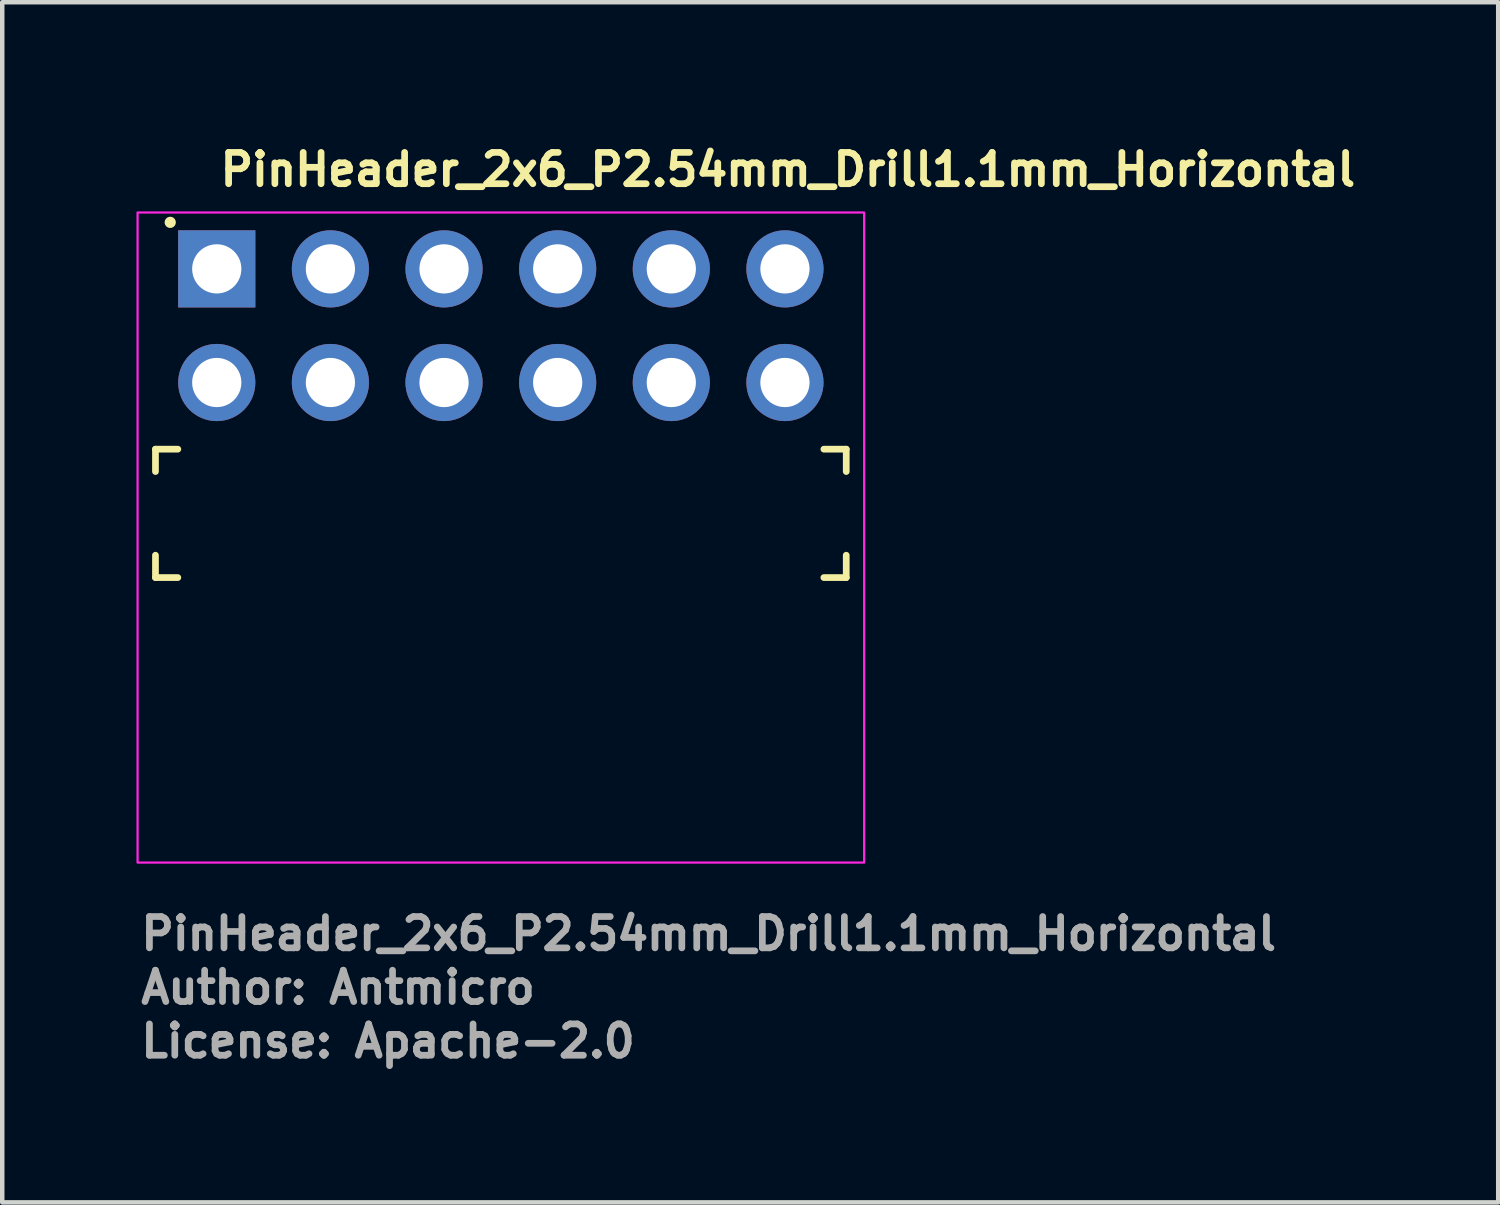
<source format=kicad_pcb>
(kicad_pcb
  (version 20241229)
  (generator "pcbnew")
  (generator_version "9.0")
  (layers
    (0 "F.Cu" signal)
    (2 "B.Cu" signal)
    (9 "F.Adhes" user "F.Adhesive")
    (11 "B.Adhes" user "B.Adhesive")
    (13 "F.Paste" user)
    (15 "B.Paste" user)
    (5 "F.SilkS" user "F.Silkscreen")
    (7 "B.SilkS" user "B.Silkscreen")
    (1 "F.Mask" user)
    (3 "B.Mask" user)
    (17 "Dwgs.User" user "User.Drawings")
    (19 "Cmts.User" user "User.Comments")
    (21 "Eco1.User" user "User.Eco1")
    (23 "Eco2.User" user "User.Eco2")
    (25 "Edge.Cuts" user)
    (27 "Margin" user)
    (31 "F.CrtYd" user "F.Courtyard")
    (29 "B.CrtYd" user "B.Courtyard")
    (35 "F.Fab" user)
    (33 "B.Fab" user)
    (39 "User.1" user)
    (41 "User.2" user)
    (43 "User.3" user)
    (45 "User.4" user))
  (footprint "PinHeader_2x6_P2.54mm_Drill1.1mm_Horizontal"
    (layer "F.Cu")
    (at 1.795 2.96)
    (property "Reference" "PinHeader_2x6_P2.54mm_Drill1.1mm_Horizontal" (at 0 -1.81 180) (layer "F.SilkS") (effects (font (size 0.7 0.7) (thickness 0.15)) (justify left bottom)))
    (attr through_hole)
    (fp_line (start -1.37 4.03) (end -0.87 4.03) (stroke (width 0.15) (type solid)) (layer "F.SilkS"))
    (fp_line (start -1.37 4.53) (end -1.37 4.03) (stroke (width 0.15) (type solid)) (layer "F.SilkS"))
    (fp_line (start -1.37 6.9) (end -1.37 6.4) (stroke (width 0.15) (type solid)) (layer "F.SilkS"))
    (fp_line (start -0.87 6.9) (end -1.37 6.9) (stroke (width 0.15) (type solid)) (layer "F.SilkS"))
    (fp_line (start 13.57 4.03) (end 14.07 4.03) (stroke (width 0.15) (type solid)) (layer "F.SilkS"))
    (fp_line (start 14.07 4.03) (end 14.07 4.53) (stroke (width 0.15) (type solid)) (layer "F.SilkS"))
    (fp_line (start 14.07 6.4) (end 14.07 6.9) (stroke (width 0.15) (type solid)) (layer "F.SilkS"))
    (fp_line (start 14.07 6.9) (end 13.57 6.9) (stroke (width 0.15) (type solid)) (layer "F.SilkS"))
    (fp_circle (center -1.04 -1.04) (end -0.99 -1.04) (stroke (width 0.15) (type solid)) (fill yes) (layer "F.SilkS"))
    (fp_rect (start -1.77 -1.26) (end 14.47 13.27) (stroke (width 0.05) (type solid)) (fill no) (layer "F.CrtYd"))
    (fp_rect (start -1.37 -0.301) (end 14.07 12.874) (stroke (width 0.1) (type solid)) (fill no) (layer "User.5"))
    (fp_line (start -1.37 4.094) (end -1.37 6.834) (stroke (width 0.02) (type solid)) (layer "User.9"))
    (fp_line (start -0.335 -0.301) (end -0.335 -0.298) (stroke (width 0.02) (type solid)) (layer "User.9"))
    (fp_line (start -0.335 -0.298) (end -0.335 -0.286) (stroke (width 0.02) (type solid)) (layer "User.9"))
    (fp_line (start -0.335 -0.286) (end -0.335 -0.268) (stroke (width 0.02) (type solid)) (layer "User.9"))
    (fp_line (start -0.335 -0.268) (end -0.335 -0.242) (stroke (width 0.02) (type solid)) (layer "User.9"))
    (fp_line (start -0.335 -0.242) (end -0.335 -0.209) (stroke (width 0.02) (type solid)) (layer "User.9"))
    (fp_line (start -0.335 -0.209) (end -0.335 -0.17) (stroke (width 0.02) (type solid)) (layer "User.9"))
    (fp_line (start -0.335 -0.17) (end -0.335 -0.125) (stroke (width 0.02) (type solid)) (layer "User.9"))
    (fp_line (start -0.335 -0.125) (end -0.335 -0.074) (stroke (width 0.02) (type solid)) (layer "User.9"))
    (fp_line (start -0.335 -0.074) (end -0.335 -0.019) (stroke (width 0.02) (type solid)) (layer "User.9"))
    (fp_line (start -0.335 -0.019) (end -0.335 0.04) (stroke (width 0.02) (type solid)) (layer "User.9"))
    (fp_line (start -0.335 0.04) (end -0.335 0.102) (stroke (width 0.02) (type solid)) (layer "User.9"))
    (fp_line (start -0.335 0.102) (end -0.335 0.167) (stroke (width 0.02) (type solid)) (layer "User.9"))
    (fp_line (start -0.335 0.167) (end -0.335 0.234) (stroke (width 0.02) (type solid)) (layer "User.9"))
    (fp_line (start -0.335 0.234) (end -0.335 0.302) (stroke (width 0.02) (type solid)) (layer "User.9"))
    (fp_line (start -0.335 0.302) (end -0.335 4.094) (stroke (width 0.02) (type solid)) (layer "User.9"))
    (fp_line (start -0.335 6.834) (end -0.335 12.605) (stroke (width 0.02) (type solid)) (layer "User.9"))
    (fp_line (start -0.335 12.605) (end -0.067 12.874) (stroke (width 0.02) (type solid)) (layer "User.9"))
    (fp_line (start -0.318 6.834) (end -1.37 6.834) (stroke (width 0.02) (type solid)) (layer "User.9"))
    (fp_line (start -0.318 6.834) (end 0 6.198) (stroke (width 0.02) (type solid)) (layer "User.9"))
    (fp_line (start 0.067 12.874) (end -0.067 12.874) (stroke (width 0.02) (type solid)) (layer "User.9"))
    (fp_line (start 0.317 6.834) (end -0.335 6.834) (stroke (width 0.02) (type solid)) (layer "User.9"))
    (fp_line (start 0.317 6.834) (end 0 6.198) (stroke (width 0.02) (type solid)) (layer "User.9"))
    (fp_line (start 0.335 -0.301) (end -0.335 -0.301) (stroke (width 0.02) (type solid)) (layer "User.9"))
    (fp_line (start 0.335 -0.301) (end 0.335 0.302) (stroke (width 0.02) (type solid)) (layer "User.9"))
    (fp_line (start 0.335 -0.298) (end 0.335 -0.286) (stroke (width 0.02) (type solid)) (layer "User.9"))
    (fp_line (start 0.335 -0.286) (end 0.335 -0.268) (stroke (width 0.02) (type solid)) (layer "User.9"))
    (fp_line (start 0.335 -0.268) (end 0.335 -0.242) (stroke (width 0.02) (type solid)) (layer "User.9"))
    (fp_line (start 0.335 -0.242) (end 0.335 -0.209) (stroke (width 0.02) (type solid)) (layer "User.9"))
    (fp_line (start 0.335 -0.209) (end 0.335 -0.17) (stroke (width 0.02) (type solid)) (layer "User.9"))
    (fp_line (start 0.335 -0.17) (end 0.335 -0.125) (stroke (width 0.02) (type solid)) (layer "User.9"))
    (fp_line (start 0.335 -0.125) (end 0.335 -0.074) (stroke (width 0.02) (type solid)) (layer "User.9"))
    (fp_line (start 0.335 -0.074) (end 0.335 -0.019) (stroke (width 0.02) (type solid)) (layer "User.9"))
    (fp_line (start 0.335 -0.019) (end 0.335 0.04) (stroke (width 0.02) (type solid)) (layer "User.9"))
    (fp_line (start 0.335 0.04) (end 0.335 0.102) (stroke (width 0.02) (type solid)) (layer "User.9"))
    (fp_line (start 0.335 0.102) (end 0.335 0.167) (stroke (width 0.02) (type solid)) (layer "User.9"))
    (fp_line (start 0.335 0.167) (end 0.335 0.234) (stroke (width 0.02) (type solid)) (layer "User.9"))
    (fp_line (start 0.335 0.234) (end 0.335 0.302) (stroke (width 0.02) (type solid)) (layer "User.9"))
    (fp_line (start 0.335 0.302) (end -0.335 0.302) (stroke (width 0.02) (type solid)) (layer "User.9"))
    (fp_line (start 0.335 0.302) (end 0.335 4.094) (stroke (width 0.02) (type solid)) (layer "User.9"))
    (fp_line (start 0.335 4.094) (end -0.335 4.094) (stroke (width 0.02) (type solid)) (layer "User.9"))
    (fp_line (start 0.335 6.834) (end 0.335 12.605) (stroke (width 0.02) (type solid)) (layer "User.9"))
    (fp_line (start 0.335 12.605) (end -0.335 12.605) (stroke (width 0.02) (type solid)) (layer "User.9"))
    (fp_line (start 0.335 12.605) (end 0.067 12.874) (stroke (width 0.02) (type solid)) (layer "User.9"))
    (fp_line (start 1.045 4.094) (end -1.37 4.094) (stroke (width 0.02) (type solid)) (layer "User.9"))
    (fp_line (start 1.045 4.094) (end 1.045 6.834) (stroke (width 0.02) (type solid)) (layer "User.9"))
    (fp_line (start 1.045 4.094) (end 1.27 4.318) (stroke (width 0.02) (type solid)) (layer "User.9"))
    (fp_line (start 1.045 6.834) (end 0.335 6.834) (stroke (width 0.02) (type solid)) (layer "User.9"))
    (fp_line (start 1.045 6.834) (end 1.27 6.609) (stroke (width 0.02) (type solid)) (layer "User.9"))
    (fp_line (start 1.27 4.318) (end 1.27 6.609) (stroke (width 0.02) (type solid)) (layer "User.9"))
    (fp_line (start 1.495 4.094) (end 1.27 4.318) (stroke (width 0.02) (type solid)) (layer "User.9"))
    (fp_line (start 1.495 4.094) (end 1.495 6.834) (stroke (width 0.02) (type solid)) (layer "User.9"))
    (fp_line (start 1.495 6.834) (end 1.27 6.609) (stroke (width 0.02) (type solid)) (layer "User.9"))
    (fp_line (start 2.205 -0.301) (end 2.205 -0.298) (stroke (width 0.02) (type solid)) (layer "User.9"))
    (fp_line (start 2.205 -0.298) (end 2.205 -0.286) (stroke (width 0.02) (type solid)) (layer "User.9"))
    (fp_line (start 2.205 -0.286) (end 2.205 -0.268) (stroke (width 0.02) (type solid)) (layer "User.9"))
    (fp_line (start 2.205 -0.268) (end 2.205 -0.242) (stroke (width 0.02) (type solid)) (layer "User.9"))
    (fp_line (start 2.205 -0.242) (end 2.205 -0.209) (stroke (width 0.02) (type solid)) (layer "User.9"))
    (fp_line (start 2.205 -0.209) (end 2.205 -0.17) (stroke (width 0.02) (type solid)) (layer "User.9"))
    (fp_line (start 2.205 -0.17) (end 2.205 -0.125) (stroke (width 0.02) (type solid)) (layer "User.9"))
    (fp_line (start 2.205 -0.125) (end 2.205 -0.074) (stroke (width 0.02) (type solid)) (layer "User.9"))
    (fp_line (start 2.205 -0.074) (end 2.205 -0.019) (stroke (width 0.02) (type solid)) (layer "User.9"))
    (fp_line (start 2.205 -0.019) (end 2.205 0.04) (stroke (width 0.02) (type solid)) (layer "User.9"))
    (fp_line (start 2.205 0.04) (end 2.205 0.102) (stroke (width 0.02) (type solid)) (layer "User.9"))
    (fp_line (start 2.205 0.102) (end 2.205 0.167) (stroke (width 0.02) (type solid)) (layer "User.9"))
    (fp_line (start 2.205 0.167) (end 2.205 0.234) (stroke (width 0.02) (type solid)) (layer "User.9"))
    (fp_line (start 2.205 0.234) (end 2.205 0.302) (stroke (width 0.02) (type solid)) (layer "User.9"))
    (fp_line (start 2.205 0.302) (end 2.205 4.094) (stroke (width 0.02) (type solid)) (layer "User.9"))
    (fp_line (start 2.205 4.094) (end 1.495 4.094) (stroke (width 0.02) (type solid)) (layer "User.9"))
    (fp_line (start 2.205 6.834) (end 2.205 12.605) (stroke (width 0.02) (type solid)) (layer "User.9"))
    (fp_line (start 2.205 12.605) (end 2.473 12.874) (stroke (width 0.02) (type solid)) (layer "User.9"))
    (fp_line (start 2.607 12.874) (end 2.473 12.874) (stroke (width 0.02) (type solid)) (layer "User.9"))
    (fp_line (start 2.875 -0.301) (end 2.205 -0.301) (stroke (width 0.02) (type solid)) (layer "User.9"))
    (fp_line (start 2.875 -0.301) (end 2.875 -0.298) (stroke (width 0.02) (type solid)) (layer "User.9"))
    (fp_line (start 2.875 -0.298) (end 2.875 -0.286) (stroke (width 0.02) (type solid)) (layer "User.9"))
    (fp_line (start 2.875 -0.286) (end 2.875 -0.268) (stroke (width 0.02) (type solid)) (layer "User.9"))
    (fp_line (start 2.875 -0.268) (end 2.875 -0.242) (stroke (width 0.02) (type solid)) (layer "User.9"))
    (fp_line (start 2.875 -0.242) (end 2.875 -0.209) (stroke (width 0.02) (type solid)) (layer "User.9"))
    (fp_line (start 2.875 -0.209) (end 2.875 -0.17) (stroke (width 0.02) (type solid)) (layer "User.9"))
    (fp_line (start 2.875 -0.17) (end 2.875 -0.125) (stroke (width 0.02) (type solid)) (layer "User.9"))
    (fp_line (start 2.875 -0.125) (end 2.875 -0.074) (stroke (width 0.02) (type solid)) (layer "User.9"))
    (fp_line (start 2.875 -0.074) (end 2.875 -0.019) (stroke (width 0.02) (type solid)) (layer "User.9"))
    (fp_line (start 2.875 -0.019) (end 2.875 0.04) (stroke (width 0.02) (type solid)) (layer "User.9"))
    (fp_line (start 2.875 0.04) (end 2.875 0.102) (stroke (width 0.02) (type solid)) (layer "User.9"))
    (fp_line (start 2.875 0.102) (end 2.875 0.167) (stroke (width 0.02) (type solid)) (layer "User.9"))
    (fp_line (start 2.875 0.167) (end 2.875 0.234) (stroke (width 0.02) (type solid)) (layer "User.9"))
    (fp_line (start 2.875 0.234) (end 2.875 0.302) (stroke (width 0.02) (type solid)) (layer "User.9"))
    (fp_line (start 2.875 0.302) (end 2.205 0.302) (stroke (width 0.02) (type solid)) (layer "User.9"))
    (fp_line (start 2.875 0.302) (end 2.875 4.094) (stroke (width 0.02) (type solid)) (layer "User.9"))
    (fp_line (start 2.875 6.834) (end 2.205 6.834) (stroke (width 0.02) (type solid)) (layer "User.9"))
    (fp_line (start 2.875 6.834) (end 2.875 12.605) (stroke (width 0.02) (type solid)) (layer "User.9"))
    (fp_line (start 2.875 12.605) (end 2.205 12.605) (stroke (width 0.02) (type solid)) (layer "User.9"))
    (fp_line (start 2.875 12.605) (end 2.607 12.874) (stroke (width 0.02) (type solid)) (layer "User.9"))
    (fp_line (start 3.585 4.094) (end 1.495 4.094) (stroke (width 0.02) (type solid)) (layer "User.9"))
    (fp_line (start 3.585 4.094) (end 3.585 6.834) (stroke (width 0.02) (type solid)) (layer "User.9"))
    (fp_line (start 3.585 4.094) (end 3.81 4.318) (stroke (width 0.02) (type solid)) (layer "User.9"))
    (fp_line (start 3.585 6.834) (end 1.495 6.834) (stroke (width 0.02) (type solid)) (layer "User.9"))
    (fp_line (start 3.585 6.834) (end 3.81 6.609) (stroke (width 0.02) (type solid)) (layer "User.9"))
    (fp_line (start 3.81 4.318) (end 3.81 6.609) (stroke (width 0.02) (type solid)) (layer "User.9"))
    (fp_line (start 4.035 4.094) (end 3.81 4.318) (stroke (width 0.02) (type solid)) (layer "User.9"))
    (fp_line (start 4.035 4.094) (end 4.035 6.834) (stroke (width 0.02) (type solid)) (layer "User.9"))
    (fp_line (start 4.035 6.834) (end 3.81 6.609) (stroke (width 0.02) (type solid)) (layer "User.9"))
    (fp_line (start 4.745 -0.301) (end 4.745 -0.298) (stroke (width 0.02) (type solid)) (layer "User.9"))
    (fp_line (start 4.745 -0.298) (end 4.745 -0.286) (stroke (width 0.02) (type solid)) (layer "User.9"))
    (fp_line (start 4.745 -0.286) (end 4.745 -0.268) (stroke (width 0.02) (type solid)) (layer "User.9"))
    (fp_line (start 4.745 -0.268) (end 4.745 -0.242) (stroke (width 0.02) (type solid)) (layer "User.9"))
    (fp_line (start 4.745 -0.242) (end 4.745 -0.209) (stroke (width 0.02) (type solid)) (layer "User.9"))
    (fp_line (start 4.745 -0.209) (end 4.745 -0.17) (stroke (width 0.02) (type solid)) (layer "User.9"))
    (fp_line (start 4.745 -0.17) (end 4.745 -0.125) (stroke (width 0.02) (type solid)) (layer "User.9"))
    (fp_line (start 4.745 -0.125) (end 4.745 -0.074) (stroke (width 0.02) (type solid)) (layer "User.9"))
    (fp_line (start 4.745 -0.074) (end 4.745 -0.019) (stroke (width 0.02) (type solid)) (layer "User.9"))
    (fp_line (start 4.745 -0.019) (end 4.745 0.04) (stroke (width 0.02) (type solid)) (layer "User.9"))
    (fp_line (start 4.745 0.04) (end 4.745 0.102) (stroke (width 0.02) (type solid)) (layer "User.9"))
    (fp_line (start 4.745 0.102) (end 4.745 0.167) (stroke (width 0.02) (type solid)) (layer "User.9"))
    (fp_line (start 4.745 0.167) (end 4.745 0.234) (stroke (width 0.02) (type solid)) (layer "User.9"))
    (fp_line (start 4.745 0.234) (end 4.745 0.302) (stroke (width 0.02) (type solid)) (layer "User.9"))
    (fp_line (start 4.745 0.302) (end 4.745 4.094) (stroke (width 0.02) (type solid)) (layer "User.9"))
    (fp_line (start 4.745 6.834) (end 4.035 6.834) (stroke (width 0.02) (type solid)) (layer "User.9"))
    (fp_line (start 4.745 6.834) (end 4.745 12.605) (stroke (width 0.02) (type solid)) (layer "User.9"))
    (fp_line (start 4.745 12.605) (end 5.013 12.874) (stroke (width 0.02) (type solid)) (layer "User.9"))
    (fp_line (start 5.147 12.874) (end 5.013 12.874) (stroke (width 0.02) (type solid)) (layer "User.9"))
    (fp_line (start 5.415 -0.301) (end 4.745 -0.301) (stroke (width 0.02) (type solid)) (layer "User.9"))
    (fp_line (start 5.415 -0.301) (end 5.415 0.302) (stroke (width 0.02) (type solid)) (layer "User.9"))
    (fp_line (start 5.415 -0.298) (end 5.415 -0.286) (stroke (width 0.02) (type solid)) (layer "User.9"))
    (fp_line (start 5.415 -0.286) (end 5.415 -0.268) (stroke (width 0.02) (type solid)) (layer "User.9"))
    (fp_line (start 5.415 -0.268) (end 5.415 -0.242) (stroke (width 0.02) (type solid)) (layer "User.9"))
    (fp_line (start 5.415 -0.242) (end 5.415 -0.209) (stroke (width 0.02) (type solid)) (layer "User.9"))
    (fp_line (start 5.415 -0.209) (end 5.415 -0.17) (stroke (width 0.02) (type solid)) (layer "User.9"))
    (fp_line (start 5.415 -0.17) (end 5.415 -0.125) (stroke (width 0.02) (type solid)) (layer "User.9"))
    (fp_line (start 5.415 -0.125) (end 5.415 -0.074) (stroke (width 0.02) (type solid)) (layer "User.9"))
    (fp_line (start 5.415 -0.074) (end 5.415 -0.019) (stroke (width 0.02) (type solid)) (layer "User.9"))
    (fp_line (start 5.415 -0.019) (end 5.415 0.04) (stroke (width 0.02) (type solid)) (layer "User.9"))
    (fp_line (start 5.415 0.04) (end 5.415 0.102) (stroke (width 0.02) (type solid)) (layer "User.9"))
    (fp_line (start 5.415 0.102) (end 5.415 0.167) (stroke (width 0.02) (type solid)) (layer "User.9"))
    (fp_line (start 5.415 0.167) (end 5.415 0.234) (stroke (width 0.02) (type solid)) (layer "User.9"))
    (fp_line (start 5.415 0.234) (end 5.415 0.302) (stroke (width 0.02) (type solid)) (layer "User.9"))
    (fp_line (start 5.415 0.302) (end 4.745 0.302) (stroke (width 0.02) (type solid)) (layer "User.9"))
    (fp_line (start 5.415 0.302) (end 5.415 4.094) (stroke (width 0.02) (type solid)) (layer "User.9"))
    (fp_line (start 5.415 4.094) (end 4.745 4.094) (stroke (width 0.02) (type solid)) (layer "User.9"))
    (fp_line (start 5.415 6.834) (end 5.415 12.605) (stroke (width 0.02) (type solid)) (layer "User.9"))
    (fp_line (start 5.415 12.605) (end 4.745 12.605) (stroke (width 0.02) (type solid)) (layer "User.9"))
    (fp_line (start 5.415 12.605) (end 5.147 12.874) (stroke (width 0.02) (type solid)) (layer "User.9"))
    (fp_line (start 6.125 4.094) (end 4.035 4.094) (stroke (width 0.02) (type solid)) (layer "User.9"))
    (fp_line (start 6.125 4.094) (end 6.125 6.834) (stroke (width 0.02) (type solid)) (layer "User.9"))
    (fp_line (start 6.125 4.094) (end 6.35 4.318) (stroke (width 0.02) (type solid)) (layer "User.9"))
    (fp_line (start 6.125 6.834) (end 4.035 6.834) (stroke (width 0.02) (type solid)) (layer "User.9"))
    (fp_line (start 6.125 6.834) (end 6.35 6.609) (stroke (width 0.02) (type solid)) (layer "User.9"))
    (fp_line (start 6.35 4.318) (end 6.35 6.609) (stroke (width 0.02) (type solid)) (layer "User.9"))
    (fp_line (start 6.575 4.094) (end 6.35 4.318) (stroke (width 0.02) (type solid)) (layer "User.9"))
    (fp_line (start 6.575 4.094) (end 6.575 6.834) (stroke (width 0.02) (type solid)) (layer "User.9"))
    (fp_line (start 6.575 6.834) (end 6.35 6.609) (stroke (width 0.02) (type solid)) (layer "User.9"))
    (fp_line (start 7.285 -0.301) (end 7.285 -0.298) (stroke (width 0.02) (type solid)) (layer "User.9"))
    (fp_line (start 7.285 -0.298) (end 7.285 -0.286) (stroke (width 0.02) (type solid)) (layer "User.9"))
    (fp_line (start 7.285 -0.286) (end 7.285 -0.268) (stroke (width 0.02) (type solid)) (layer "User.9"))
    (fp_line (start 7.285 -0.268) (end 7.285 -0.242) (stroke (width 0.02) (type solid)) (layer "User.9"))
    (fp_line (start 7.285 -0.242) (end 7.285 -0.209) (stroke (width 0.02) (type solid)) (layer "User.9"))
    (fp_line (start 7.285 -0.209) (end 7.285 -0.17) (stroke (width 0.02) (type solid)) (layer "User.9"))
    (fp_line (start 7.285 -0.17) (end 7.285 -0.125) (stroke (width 0.02) (type solid)) (layer "User.9"))
    (fp_line (start 7.285 -0.125) (end 7.285 -0.074) (stroke (width 0.02) (type solid)) (layer "User.9"))
    (fp_line (start 7.285 -0.074) (end 7.285 -0.019) (stroke (width 0.02) (type solid)) (layer "User.9"))
    (fp_line (start 7.285 -0.019) (end 7.285 0.04) (stroke (width 0.02) (type solid)) (layer "User.9"))
    (fp_line (start 7.285 0.04) (end 7.285 0.102) (stroke (width 0.02) (type solid)) (layer "User.9"))
    (fp_line (start 7.285 0.102) (end 7.285 0.167) (stroke (width 0.02) (type solid)) (layer "User.9"))
    (fp_line (start 7.285 0.167) (end 7.285 0.234) (stroke (width 0.02) (type solid)) (layer "User.9"))
    (fp_line (start 7.285 0.234) (end 7.285 0.302) (stroke (width 0.02) (type solid)) (layer "User.9"))
    (fp_line (start 7.285 0.302) (end 7.285 4.094) (stroke (width 0.02) (type solid)) (layer "User.9"))
    (fp_line (start 7.285 4.094) (end 6.575 4.094) (stroke (width 0.02) (type solid)) (layer "User.9"))
    (fp_line (start 7.285 6.834) (end 7.285 12.605) (stroke (width 0.02) (type solid)) (layer "User.9"))
    (fp_line (start 7.285 12.605) (end 7.553 12.874) (stroke (width 0.02) (type solid)) (layer "User.9"))
    (fp_line (start 7.687 12.874) (end 7.553 12.874) (stroke (width 0.02) (type solid)) (layer "User.9"))
    (fp_line (start 7.955 -0.301) (end 7.285 -0.301) (stroke (width 0.02) (type solid)) (layer "User.9"))
    (fp_line (start 7.955 -0.301) (end 7.955 -0.298) (stroke (width 0.02) (type solid)) (layer "User.9"))
    (fp_line (start 7.955 -0.298) (end 7.955 -0.286) (stroke (width 0.02) (type solid)) (layer "User.9"))
    (fp_line (start 7.955 -0.286) (end 7.955 -0.268) (stroke (width 0.02) (type solid)) (layer "User.9"))
    (fp_line (start 7.955 -0.268) (end 7.955 -0.242) (stroke (width 0.02) (type solid)) (layer "User.9"))
    (fp_line (start 7.955 -0.242) (end 7.955 -0.209) (stroke (width 0.02) (type solid)) (layer "User.9"))
    (fp_line (start 7.955 -0.209) (end 7.955 -0.17) (stroke (width 0.02) (type solid)) (layer "User.9"))
    (fp_line (start 7.955 -0.17) (end 7.955 -0.125) (stroke (width 0.02) (type solid)) (layer "User.9"))
    (fp_line (start 7.955 -0.125) (end 7.955 -0.074) (stroke (width 0.02) (type solid)) (layer "User.9"))
    (fp_line (start 7.955 -0.074) (end 7.955 -0.019) (stroke (width 0.02) (type solid)) (layer "User.9"))
    (fp_line (start 7.955 -0.019) (end 7.955 0.04) (stroke (width 0.02) (type solid)) (layer "User.9"))
    (fp_line (start 7.955 0.04) (end 7.955 0.102) (stroke (width 0.02) (type solid)) (layer "User.9"))
    (fp_line (start 7.955 0.102) (end 7.955 0.167) (stroke (width 0.02) (type solid)) (layer "User.9"))
    (fp_line (start 7.955 0.167) (end 7.955 0.234) (stroke (width 0.02) (type solid)) (layer "User.9"))
    (fp_line (start 7.955 0.234) (end 7.955 0.302) (stroke (width 0.02) (type solid)) (layer "User.9"))
    (fp_line (start 7.955 0.302) (end 7.285 0.302) (stroke (width 0.02) (type solid)) (layer "User.9"))
    (fp_line (start 7.955 0.302) (end 7.955 4.094) (stroke (width 0.02) (type solid)) (layer "User.9"))
    (fp_line (start 7.955 6.834) (end 7.285 6.834) (stroke (width 0.02) (type solid)) (layer "User.9"))
    (fp_line (start 7.955 6.834) (end 7.955 12.605) (stroke (width 0.02) (type solid)) (layer "User.9"))
    (fp_line (start 7.955 12.605) (end 7.285 12.605) (stroke (width 0.02) (type solid)) (layer "User.9"))
    (fp_line (start 7.955 12.605) (end 7.687 12.874) (stroke (width 0.02) (type solid)) (layer "User.9"))
    (fp_line (start 8.665 4.094) (end 6.575 4.094) (stroke (width 0.02) (type solid)) (layer "User.9"))
    (fp_line (start 8.665 4.094) (end 8.665 6.834) (stroke (width 0.02) (type solid)) (layer "User.9"))
    (fp_line (start 8.665 4.094) (end 8.89 4.318) (stroke (width 0.02) (type solid)) (layer "User.9"))
    (fp_line (start 8.665 6.834) (end 6.575 6.834) (stroke (width 0.02) (type solid)) (layer "User.9"))
    (fp_line (start 8.665 6.834) (end 8.89 6.609) (stroke (width 0.02) (type solid)) (layer "User.9"))
    (fp_line (start 8.89 4.318) (end 8.89 6.609) (stroke (width 0.02) (type solid)) (layer "User.9"))
    (fp_line (start 9.115 4.094) (end 8.89 4.318) (stroke (width 0.02) (type solid)) (layer "User.9"))
    (fp_line (start 9.115 4.094) (end 9.115 6.834) (stroke (width 0.02) (type solid)) (layer "User.9"))
    (fp_line (start 9.115 6.834) (end 8.89 6.609) (stroke (width 0.02) (type solid)) (layer "User.9"))
    (fp_line (start 9.825 -0.301) (end 9.825 -0.298) (stroke (width 0.02) (type solid)) (layer "User.9"))
    (fp_line (start 9.825 -0.298) (end 9.825 -0.286) (stroke (width 0.02) (type solid)) (layer "User.9"))
    (fp_line (start 9.825 -0.286) (end 9.825 -0.268) (stroke (width 0.02) (type solid)) (layer "User.9"))
    (fp_line (start 9.825 -0.268) (end 9.825 -0.242) (stroke (width 0.02) (type solid)) (layer "User.9"))
    (fp_line (start 9.825 -0.242) (end 9.825 -0.209) (stroke (width 0.02) (type solid)) (layer "User.9"))
    (fp_line (start 9.825 -0.209) (end 9.825 -0.17) (stroke (width 0.02) (type solid)) (layer "User.9"))
    (fp_line (start 9.825 -0.17) (end 9.825 -0.125) (stroke (width 0.02) (type solid)) (layer "User.9"))
    (fp_line (start 9.825 -0.125) (end 9.825 -0.074) (stroke (width 0.02) (type solid)) (layer "User.9"))
    (fp_line (start 9.825 -0.074) (end 9.825 -0.019) (stroke (width 0.02) (type solid)) (layer "User.9"))
    (fp_line (start 9.825 -0.019) (end 9.825 0.04) (stroke (width 0.02) (type solid)) (layer "User.9"))
    (fp_line (start 9.825 0.04) (end 9.825 0.102) (stroke (width 0.02) (type solid)) (layer "User.9"))
    (fp_line (start 9.825 0.102) (end 9.825 0.167) (stroke (width 0.02) (type solid)) (layer "User.9"))
    (fp_line (start 9.825 0.167) (end 9.825 0.234) (stroke (width 0.02) (type solid)) (layer "User.9"))
    (fp_line (start 9.825 0.234) (end 9.825 0.302) (stroke (width 0.02) (type solid)) (layer "User.9"))
    (fp_line (start 9.825 0.302) (end 9.825 4.094) (stroke (width 0.02) (type solid)) (layer "User.9"))
    (fp_line (start 9.825 6.834) (end 9.115 6.834) (stroke (width 0.02) (type solid)) (layer "User.9"))
    (fp_line (start 9.825 6.834) (end 9.825 12.605) (stroke (width 0.02) (type solid)) (layer "User.9"))
    (fp_line (start 9.825 12.605) (end 10.093 12.874) (stroke (width 0.02) (type solid)) (layer "User.9"))
    (fp_line (start 10.227 12.874) (end 10.093 12.874) (stroke (width 0.02) (type solid)) (layer "User.9"))
    (fp_line (start 10.495 -0.301) (end 9.825 -0.301) (stroke (width 0.02) (type solid)) (layer "User.9"))
    (fp_line (start 10.495 -0.301) (end 10.495 -0.298) (stroke (width 0.02) (type solid)) (layer "User.9"))
    (fp_line (start 10.495 -0.298) (end 10.495 -0.286) (stroke (width 0.02) (type solid)) (layer "User.9"))
    (fp_line (start 10.495 -0.286) (end 10.495 -0.268) (stroke (width 0.02) (type solid)) (layer "User.9"))
    (fp_line (start 10.495 -0.268) (end 10.495 -0.242) (stroke (width 0.02) (type solid)) (layer "User.9"))
    (fp_line (start 10.495 -0.242) (end 10.495 -0.209) (stroke (width 0.02) (type solid)) (layer "User.9"))
    (fp_line (start 10.495 -0.209) (end 10.495 -0.17) (stroke (width 0.02) (type solid)) (layer "User.9"))
    (fp_line (start 10.495 -0.17) (end 10.495 -0.125) (stroke (width 0.02) (type solid)) (layer "User.9"))
    (fp_line (start 10.495 -0.125) (end 10.495 -0.074) (stroke (width 0.02) (type solid)) (layer "User.9"))
    (fp_line (start 10.495 -0.074) (end 10.495 -0.019) (stroke (width 0.02) (type solid)) (layer "User.9"))
    (fp_line (start 10.495 -0.019) (end 10.495 0.04) (stroke (width 0.02) (type solid)) (layer "User.9"))
    (fp_line (start 10.495 0.04) (end 10.495 0.102) (stroke (width 0.02) (type solid)) (layer "User.9"))
    (fp_line (start 10.495 0.102) (end 10.495 0.167) (stroke (width 0.02) (type solid)) (layer "User.9"))
    (fp_line (start 10.495 0.167) (end 10.495 0.234) (stroke (width 0.02) (type solid)) (layer "User.9"))
    (fp_line (start 10.495 0.234) (end 10.495 0.302) (stroke (width 0.02) (type solid)) (layer "User.9"))
    (fp_line (start 10.495 0.302) (end 9.825 0.302) (stroke (width 0.02) (type solid)) (layer "User.9"))
    (fp_line (start 10.495 0.302) (end 10.495 4.094) (stroke (width 0.02) (type solid)) (layer "User.9"))
    (fp_line (start 10.495 6.834) (end 10.495 12.605) (stroke (width 0.02) (type solid)) (layer "User.9"))
    (fp_line (start 10.495 12.605) (end 9.825 12.605) (stroke (width 0.02) (type solid)) (layer "User.9"))
    (fp_line (start 10.495 12.605) (end 10.227 12.874) (stroke (width 0.02) (type solid)) (layer "User.9"))
    (fp_line (start 11.205 4.094) (end 9.115 4.094) (stroke (width 0.02) (type solid)) (layer "User.9"))
    (fp_line (start 11.205 4.094) (end 10.495 4.094) (stroke (width 0.02) (type solid)) (layer "User.9"))
    (fp_line (start 11.205 4.094) (end 11.205 6.834) (stroke (width 0.02) (type solid)) (layer "User.9"))
    (fp_line (start 11.205 4.094) (end 11.43 4.318) (stroke (width 0.02) (type solid)) (layer "User.9"))
    (fp_line (start 11.205 6.834) (end 9.115 6.834) (stroke (width 0.02) (type solid)) (layer "User.9"))
    (fp_line (start 11.205 6.834) (end 11.43 6.609) (stroke (width 0.02) (type solid)) (layer "User.9"))
    (fp_line (start 11.43 4.318) (end 11.43 6.609) (stroke (width 0.02) (type solid)) (layer "User.9"))
    (fp_line (start 11.655 4.094) (end 11.43 4.318) (stroke (width 0.02) (type solid)) (layer "User.9"))
    (fp_line (start 11.655 4.094) (end 11.43 4.318) (stroke (width 0.02) (type solid)) (layer "User.9"))
    (fp_line (start 11.655 4.094) (end 11.655 6.834) (stroke (width 0.02) (type solid)) (layer "User.9"))
    (fp_line (start 11.655 6.834) (end 11.43 6.609) (stroke (width 0.02) (type solid)) (layer "User.9"))
    (fp_line (start 12.365 -0.301) (end 12.365 -0.298) (stroke (width 0.02) (type solid)) (layer "User.9"))
    (fp_line (start 12.365 -0.298) (end 12.365 -0.286) (stroke (width 0.02) (type solid)) (layer "User.9"))
    (fp_line (start 12.365 -0.286) (end 12.365 -0.268) (stroke (width 0.02) (type solid)) (layer "User.9"))
    (fp_line (start 12.365 -0.268) (end 12.365 -0.242) (stroke (width 0.02) (type solid)) (layer "User.9"))
    (fp_line (start 12.365 -0.242) (end 12.365 -0.209) (stroke (width 0.02) (type solid)) (layer "User.9"))
    (fp_line (start 12.365 -0.209) (end 12.365 -0.17) (stroke (width 0.02) (type solid)) (layer "User.9"))
    (fp_line (start 12.365 -0.17) (end 12.365 -0.125) (stroke (width 0.02) (type solid)) (layer "User.9"))
    (fp_line (start 12.365 -0.125) (end 12.365 -0.074) (stroke (width 0.02) (type solid)) (layer "User.9"))
    (fp_line (start 12.365 -0.074) (end 12.365 -0.019) (stroke (width 0.02) (type solid)) (layer "User.9"))
    (fp_line (start 12.365 -0.019) (end 12.365 0.04) (stroke (width 0.02) (type solid)) (layer "User.9"))
    (fp_line (start 12.365 0.04) (end 12.365 0.102) (stroke (width 0.02) (type solid)) (layer "User.9"))
    (fp_line (start 12.365 0.102) (end 12.365 0.167) (stroke (width 0.02) (type solid)) (layer "User.9"))
    (fp_line (start 12.365 0.167) (end 12.365 0.234) (stroke (width 0.02) (type solid)) (layer "User.9"))
    (fp_line (start 12.365 0.234) (end 12.365 0.302) (stroke (width 0.02) (type solid)) (layer "User.9"))
    (fp_line (start 12.365 0.302) (end 12.365 4.094) (stroke (width 0.02) (type solid)) (layer "User.9"))
    (fp_line (start 12.365 6.834) (end 12.365 12.605) (stroke (width 0.02) (type solid)) (layer "User.9"))
    (fp_line (start 12.365 12.605) (end 12.633 12.874) (stroke (width 0.02) (type solid)) (layer "User.9"))
    (fp_line (start 12.767 12.874) (end 12.633 12.874) (stroke (width 0.02) (type solid)) (layer "User.9"))
    (fp_line (start 13.035 -0.301) (end 12.365 -0.301) (stroke (width 0.02) (type solid)) (layer "User.9"))
    (fp_line (start 13.035 -0.301) (end 13.035 0.302) (stroke (width 0.02) (type solid)) (layer "User.9"))
    (fp_line (start 13.035 -0.298) (end 13.035 -0.286) (stroke (width 0.02) (type solid)) (layer "User.9"))
    (fp_line (start 13.035 -0.286) (end 13.035 -0.268) (stroke (width 0.02) (type solid)) (layer "User.9"))
    (fp_line (start 13.035 -0.268) (end 13.035 -0.242) (stroke (width 0.02) (type solid)) (layer "User.9"))
    (fp_line (start 13.035 -0.242) (end 13.035 -0.209) (stroke (width 0.02) (type solid)) (layer "User.9"))
    (fp_line (start 13.035 -0.209) (end 13.035 -0.17) (stroke (width 0.02) (type solid)) (layer "User.9"))
    (fp_line (start 13.035 -0.17) (end 13.035 -0.125) (stroke (width 0.02) (type solid)) (layer "User.9"))
    (fp_line (start 13.035 -0.125) (end 13.035 -0.074) (stroke (width 0.02) (type solid)) (layer "User.9"))
    (fp_line (start 13.035 -0.074) (end 13.035 -0.019) (stroke (width 0.02) (type solid)) (layer "User.9"))
    (fp_line (start 13.035 -0.019) (end 13.035 0.04) (stroke (width 0.02) (type solid)) (layer "User.9"))
    (fp_line (start 13.035 0.04) (end 13.035 0.102) (stroke (width 0.02) (type solid)) (layer "User.9"))
    (fp_line (start 13.035 0.102) (end 13.035 0.167) (stroke (width 0.02) (type solid)) (layer "User.9"))
    (fp_line (start 13.035 0.167) (end 13.035 0.234) (stroke (width 0.02) (type solid)) (layer "User.9"))
    (fp_line (start 13.035 0.234) (end 13.035 0.302) (stroke (width 0.02) (type solid)) (layer "User.9"))
    (fp_line (start 13.035 0.302) (end 12.365 0.302) (stroke (width 0.02) (type solid)) (layer "User.9"))
    (fp_line (start 13.035 0.302) (end 13.035 4.094) (stroke (width 0.02) (type solid)) (layer "User.9"))
    (fp_line (start 13.035 4.094) (end 12.365 4.094) (stroke (width 0.02) (type solid)) (layer "User.9"))
    (fp_line (start 13.035 6.834) (end 12.365 6.834) (stroke (width 0.02) (type solid)) (layer "User.9"))
    (fp_line (start 13.035 6.834) (end 13.035 12.605) (stroke (width 0.02) (type solid)) (layer "User.9"))
    (fp_line (start 13.035 12.605) (end 12.365 12.605) (stroke (width 0.02) (type solid)) (layer "User.9"))
    (fp_line (start 13.035 12.605) (end 12.767 12.874) (stroke (width 0.02) (type solid)) (layer "User.9"))
    (fp_line (start 14.07 4.094) (end 11.655 4.094) (stroke (width 0.02) (type solid)) (layer "User.9"))
    (fp_line (start 14.07 4.094) (end 14.07 6.834) (stroke (width 0.02) (type solid)) (layer "User.9"))
    (fp_line (start 14.07 6.834) (end 11.655 6.834) (stroke (width 0.02) (type solid)) (layer "User.9"))
    (fp_text user "${REFERENCE}" (at -1.77 15.27 0) (layer "F.Fab") (effects (font (size 0.7 0.7) (thickness 0.15)) (justify left bottom)))
    (fp_text user "Author: Antmicro" (at -1.77 16.47 0) (layer "F.Fab") (effects (font (size 0.7 0.7) (thickness 0.15)) (justify left bottom)))
    (fp_text user "License: Apache-2.0" (at -1.77 17.67 0) (layer "F.Fab") (effects (font (size 0.7 0.7) (thickness 0.15)) (justify left bottom)))
    (pad "1" thru_hole rect (at 0 0 180) (size 1.725 1.725) (drill 1.1) (layers "*.Cu" "*.Mask"))
    (pad "2" thru_hole circle (at 0 2.54 180) (size 1.725 1.725) (drill 1.1) (layers "*.Cu" "*.Mask"))
    (pad "3" thru_hole circle (at 2.54 0 180) (size 1.725 1.725) (drill 1.1) (layers "*.Cu" "*.Mask"))
    (pad "4" thru_hole circle (at 2.54 2.54 180) (size 1.725 1.725) (drill 1.1) (layers "*.Cu" "*.Mask"))
    (pad "5" thru_hole circle (at 5.08 0 180) (size 1.725 1.725) (drill 1.1) (layers "*.Cu" "*.Mask"))
    (pad "6" thru_hole circle (at 5.08 2.54 180) (size 1.725 1.725) (drill 1.1) (layers "*.Cu" "*.Mask"))
    (pad "7" thru_hole circle (at 7.62 0 180) (size 1.725 1.725) (drill 1.1) (layers "*.Cu" "*.Mask"))
    (pad "8" thru_hole circle (at 7.62 2.54 180) (size 1.725 1.725) (drill 1.1) (layers "*.Cu" "*.Mask"))
    (pad "9" thru_hole circle (at 10.16 0 180) (size 1.725 1.725) (drill 1.1) (layers "*.Cu" "*.Mask"))
    (pad "10" thru_hole circle (at 10.16 2.54 180) (size 1.725 1.725) (drill 1.1) (layers "*.Cu" "*.Mask"))
    (pad "11" thru_hole circle (at 12.7 0 180) (size 1.725 1.725) (drill 1.1) (layers "*.Cu" "*.Mask"))
    (pad "12" thru_hole circle (at 12.7 2.54 180) (size 1.725 1.725) (drill 1.1) (layers "*.Cu" "*.Mask")))
  (gr_rect
    (start -3 -3)
    (end 30.438 23.826)
    (stroke (width 0.1) (type default))
    (fill no)
    (layer "Edge.Cuts")))
</source>
